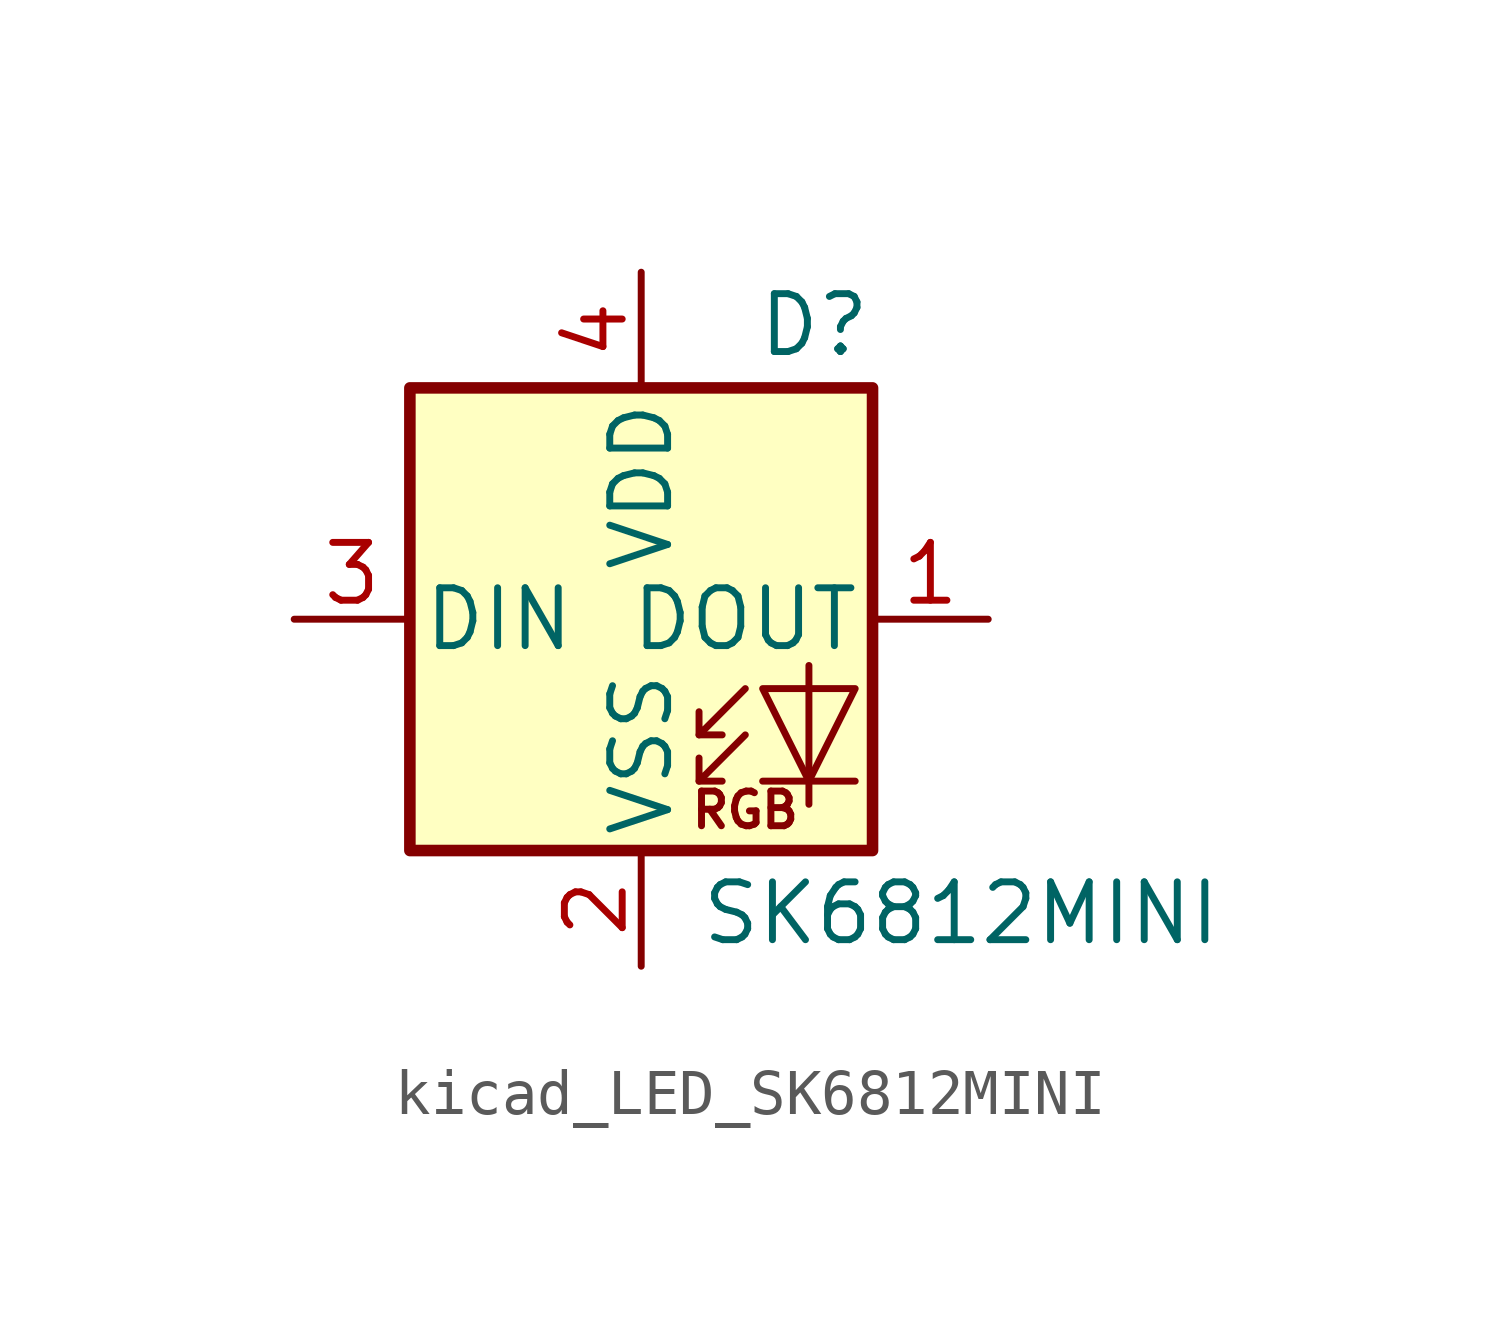
<source format=kicad_sym>
(kicad_symbol_lib
  (version 20220914)
  (generator kicad_symbol_editor)
  (symbol "kicad_LED_SK6812MINI"
    (pin_names
      (offset 0.254))
    (property "Reference" "D"
      (at 5.08 5.715 0)
      (effects (font (size 1.27 1.27)) (justify right bottom)))
    (property "Value" "SK6812MINI"
      (at 1.27 -5.715 0)
      (effects (font (size 1.27 1.27)) (justify left top)))
    (symbol "kicad_LED_SK6812MINI_0_0"
      (text "RGB" (at 2.286 -4.191 0) (effects (font (size 0.762 0.762)))))
    (symbol "kicad_LED_SK6812MINI_0_1"
      (polyline (pts (xy 1.27 -3.556) (xy 1.778 -3.556)) (stroke (width 0) (type default)) (fill (type none)))
      (polyline (pts (xy 1.27 -2.54) (xy 1.778 -2.54)) (stroke (width 0) (type default)) (fill (type none)))
      (polyline (pts (xy 4.699 -3.556) (xy 2.667 -3.556)) (stroke (width 0) (type default)) (fill (type none)))
      (polyline (pts (xy 2.286 -2.54) (xy 1.27 -3.556) (xy 1.27 -3.048)) (stroke (width 0) (type default)) (fill (type none)))
      (polyline (pts (xy 2.286 -1.524) (xy 1.27 -2.54) (xy 1.27 -2.032)) (stroke (width 0) (type default)) (fill (type none)))
      (polyline (pts (xy 3.683 -1.016) (xy 3.683 -3.556) (xy 3.683 -4.064)) (stroke (width 0) (type default)) (fill (type none)))
      (polyline (pts (xy 4.699 -1.524) (xy 2.667 -1.524) (xy 3.683 -3.556) (xy 4.699 -1.524)) (stroke (width 0) (type default)) (fill (type none)))
      (rectangle (start 5.08 5.08) (end -5.08 -5.08) (stroke (width 0.254) (type default)) (fill (type background))))
    (symbol "kicad_LED_SK6812MINI_1_1"
      (pin output line (at 7.62 0 180) (length 2.54) (name "DOUT" (effects (font (size 1.27 1.27)))) (number "1" (effects (font (size 1.27 1.27)))))
      (pin power_in line (at 0 -7.62 90) (length 2.54) (name "VSS" (effects (font (size 1.27 1.27)))) (number "2" (effects (font (size 1.27 1.27)))))
      (pin input line (at -7.62 0 0) (length 2.54) (name "DIN" (effects (font (size 1.27 1.27)))) (number "3" (effects (font (size 1.27 1.27)))))
      (pin power_in line (at 0 7.62 270) (length 2.54) (name "VDD" (effects (font (size 1.27 1.27)))) (number "4" (effects (font (size 1.27 1.27))))))))
</source>
